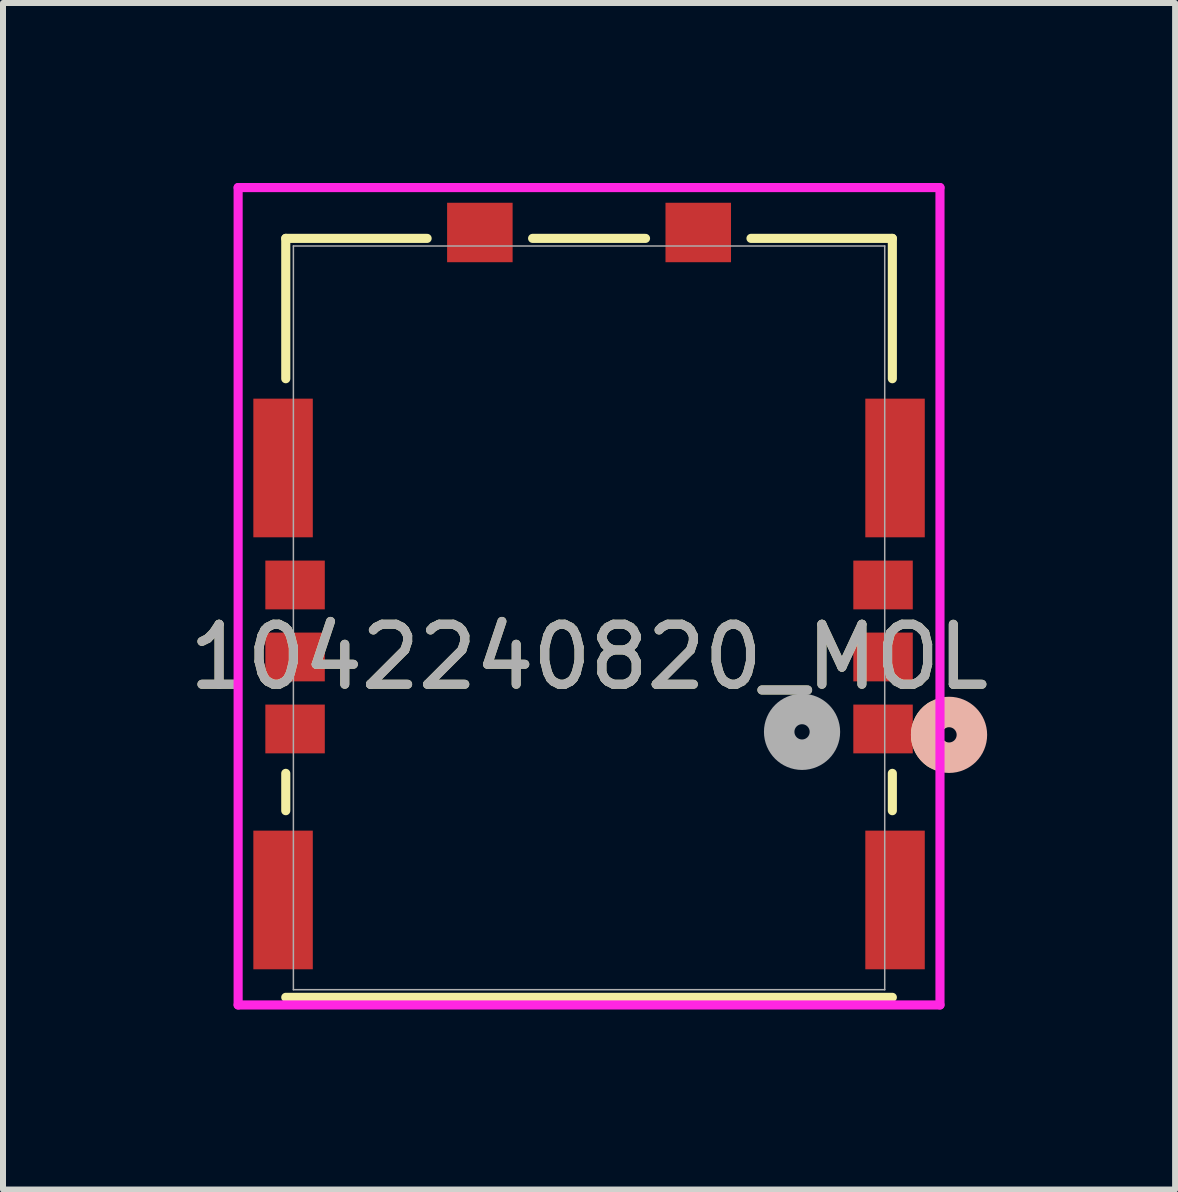
<source format=kicad_pcb>
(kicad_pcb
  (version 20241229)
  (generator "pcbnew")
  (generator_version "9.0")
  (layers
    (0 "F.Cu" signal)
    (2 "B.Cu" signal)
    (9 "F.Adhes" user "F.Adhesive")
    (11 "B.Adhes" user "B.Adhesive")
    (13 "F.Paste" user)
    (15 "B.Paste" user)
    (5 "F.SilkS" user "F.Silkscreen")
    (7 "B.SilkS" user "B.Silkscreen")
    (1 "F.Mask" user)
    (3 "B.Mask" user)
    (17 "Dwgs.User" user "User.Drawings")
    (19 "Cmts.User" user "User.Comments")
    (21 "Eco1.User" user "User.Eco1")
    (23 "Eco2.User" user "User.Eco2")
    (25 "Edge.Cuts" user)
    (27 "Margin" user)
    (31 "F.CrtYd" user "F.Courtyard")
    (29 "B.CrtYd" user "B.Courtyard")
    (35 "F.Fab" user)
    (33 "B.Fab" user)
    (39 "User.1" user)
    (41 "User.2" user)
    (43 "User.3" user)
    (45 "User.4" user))
  (footprint "1042240820_MOL"
    (layer "F.Cu")
    (at 6.768 7.248)
    (property "Reference" "1042240820_MOL" (at 0 0.652 0) (unlocked yes) (layer "F.SilkS") (effects (font (size 1 1) (thickness 0.15))))
    (attr smd)
    (fp_line (start -5.055 -6.325) (end -5.055 -3.986) (stroke (width 0.152) (type solid)) (layer "F.SilkS"))
    (fp_line (start -5.055 2.592) (end -5.055 3.214) (stroke (width 0.152) (type solid)) (layer "F.SilkS"))
    (fp_line (start -5.055 6.325) (end 5.055 6.325) (stroke (width 0.152) (type solid)) (layer "F.SilkS"))
    (fp_line (start -2.699 -6.325) (end -5.055 -6.325) (stroke (width 0.152) (type solid)) (layer "F.SilkS"))
    (fp_line (start 0.941 -6.325) (end -0.941 -6.325) (stroke (width 0.152) (type solid)) (layer "F.SilkS"))
    (fp_line (start 5.055 -6.325) (end 2.699 -6.325) (stroke (width 0.152) (type solid)) (layer "F.SilkS"))
    (fp_line (start 5.055 -3.986) (end 5.055 -6.325) (stroke (width 0.152) (type solid)) (layer "F.SilkS"))
    (fp_line (start 5.055 3.214) (end 5.055 2.592) (stroke (width 0.152) (type solid)) (layer "F.SilkS"))
    (fp_arc (start 5.78376 2.26369) (mid 5.619 1.95) (end 5.783759 1.636311) (stroke (width 0.508) (type solid)) (layer "F.SilkS"))
    (fp_circle (center 6 1.95) (end 6.381 1.95) (stroke (width 0.508) (type solid)) (fill no) (layer "B.SilkS"))
    (fp_line (start -5.849 -7.172) (end -5.849 6.452) (stroke (width 0.152) (type solid)) (layer "F.CrtYd"))
    (fp_line (start -5.849 6.452) (end 5.849 6.452) (stroke (width 0.152) (type solid)) (layer "F.CrtYd"))
    (fp_line (start 5.849 -7.172) (end -5.849 -7.172) (stroke (width 0.152) (type solid)) (layer "F.CrtYd"))
    (fp_line (start 5.849 6.452) (end 5.849 -7.172) (stroke (width 0.152) (type solid)) (layer "F.CrtYd"))
    (fp_line (start -4.928 -6.198) (end -4.928 6.198) (stroke (width 0.025) (type solid)) (layer "F.Fab"))
    (fp_line (start -4.928 6.198) (end 4.928 6.198) (stroke (width 0.025) (type solid)) (layer "F.Fab"))
    (fp_line (start 4.928 -6.198) (end -4.928 -6.198) (stroke (width 0.025) (type solid)) (layer "F.Fab"))
    (fp_line (start 4.928 6.198) (end 4.928 -6.198) (stroke (width 0.025) (type solid)) (layer "F.Fab"))
    (fp_circle (center 3.55 1.9) (end 3.931 1.9) (stroke (width 0.508) (type solid)) (fill no) (layer "F.Fab"))
    (fp_text user "${REFERENCE}" (at 0 0.652 0) (unlocked yes) (layer "F.Fab") (effects (font (size 1 1) (thickness 0.15))))
    (pad "11" smd rect (at -1.82 -6.423) (size 1.092 0.991) (layers "F.Cu" "F.Mask" "F.Paste"))
    (pad "12" smd rect (at 1.82 -6.423) (size 1.092 0.991) (layers "F.Cu" "F.Mask" "F.Paste"))
    (pad "G1" smd rect (at -5.1 4.702) (size 0.991 2.311) (layers "F.Cu" "F.Mask" "F.Paste"))
    (pad "G2" smd rect (at -5.1 -2.498) (size 0.991 2.311) (layers "F.Cu" "F.Mask" "F.Paste"))
    (pad "G3" smd rect (at 5.1 -2.498) (size 0.991 2.311) (layers "F.Cu" "F.Mask" "F.Paste"))
    (pad "G4" smd rect (at 5.1 4.702) (size 0.991 2.311) (layers "F.Cu" "F.Mask" "F.Paste"))
    (pad "S1" smd rect (at 4.9 1.852) (size 0.991 0.813) (layers "F.Cu" "F.Mask" "F.Paste"))
    (pad "S2" smd rect (at 4.9 0.652) (size 0.991 0.813) (layers "F.Cu" "F.Mask" "F.Paste"))
    (pad "S3" smd rect (at -4.9 1.852) (size 0.991 0.813) (layers "F.Cu" "F.Mask" "F.Paste"))
    (pad "S4" smd rect (at 4.9 -0.548) (size 0.991 0.813) (layers "F.Cu" "F.Mask" "F.Paste"))
    (pad "S5" smd rect (at -4.9 0.652) (size 0.991 0.813) (layers "F.Cu" "F.Mask" "F.Paste"))
    (pad "S6" smd rect (at -4.9 -0.548) (size 0.991 0.813) (layers "F.Cu" "F.Mask" "F.Paste")))
  (gr_rect
    (start -3 -3)
    (end 16.536 16.776)
    (stroke (width 0.1) (type default))
    (fill no)
    (layer "Edge.Cuts")))
</source>
